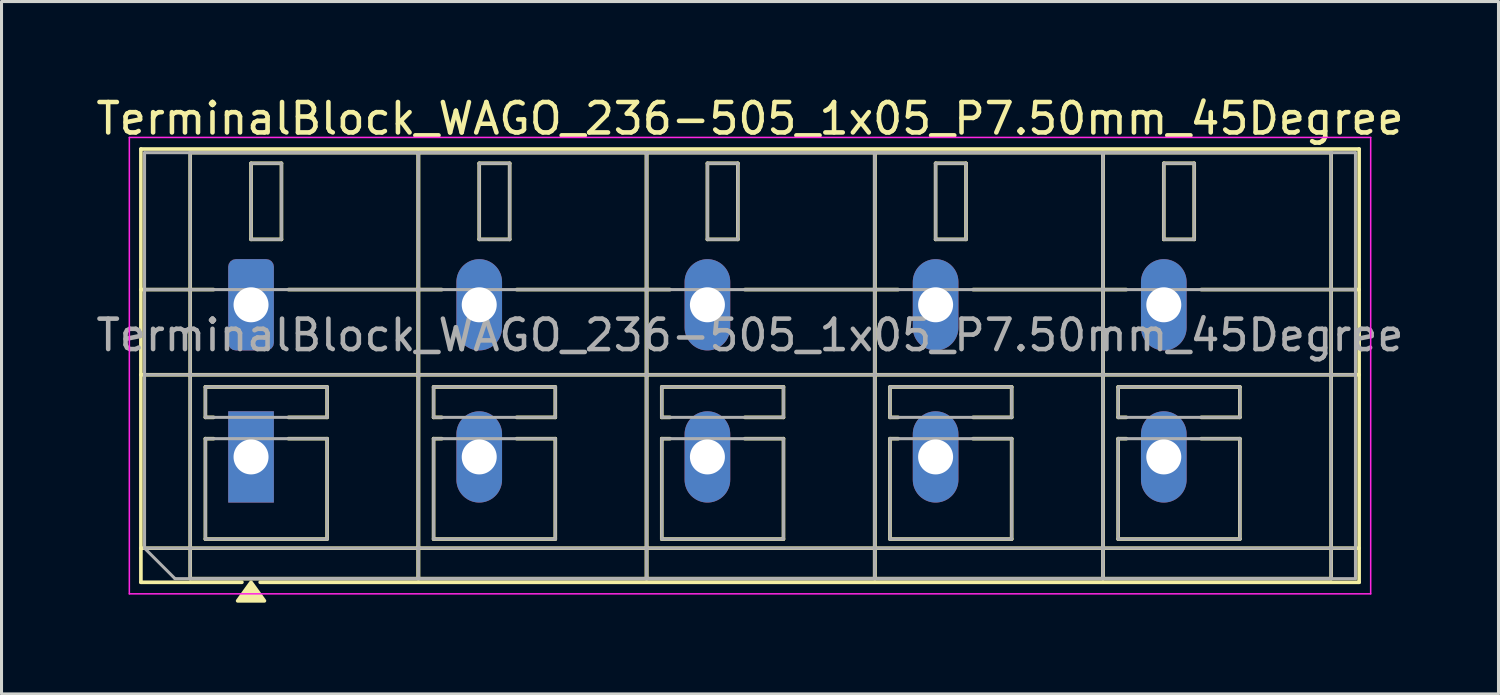
<source format=kicad_pcb>
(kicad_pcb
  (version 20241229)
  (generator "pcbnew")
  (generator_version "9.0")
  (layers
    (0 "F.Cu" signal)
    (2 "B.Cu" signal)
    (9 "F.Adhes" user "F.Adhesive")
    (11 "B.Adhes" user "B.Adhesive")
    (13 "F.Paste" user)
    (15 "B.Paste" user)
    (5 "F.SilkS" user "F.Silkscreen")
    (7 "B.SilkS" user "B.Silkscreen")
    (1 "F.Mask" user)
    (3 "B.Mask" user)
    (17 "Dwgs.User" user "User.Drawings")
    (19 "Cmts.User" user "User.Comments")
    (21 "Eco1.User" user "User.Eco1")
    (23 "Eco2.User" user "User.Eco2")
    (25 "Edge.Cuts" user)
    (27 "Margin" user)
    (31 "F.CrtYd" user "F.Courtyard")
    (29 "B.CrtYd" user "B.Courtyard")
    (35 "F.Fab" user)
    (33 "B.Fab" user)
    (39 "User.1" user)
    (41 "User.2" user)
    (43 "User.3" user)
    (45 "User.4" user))
  (footprint "TerminalBlock_WAGO_236-505_1x05_P7.50mm_45Degree"
    (layer "F.Cu")
    (at 5.201 6.968)
    (property "Reference" "TerminalBlock_WAGO_236-505_1x05_P7.50mm_45Degree" (at 16.4 -6.12 0) (layer "F.SilkS") (effects (font (size 1 1) (thickness 0.15))))
    (attr through_hole)
    (fp_line (start -3.62 -5.12) (end 36.42 -5.12) (stroke (width 0.12) (type solid)) (layer "F.SilkS"))
    (fp_line (start -3.62 -0.5) (end -1.23 -0.5) (stroke (width 0.12) (type solid)) (layer "F.SilkS"))
    (fp_line (start -3.62 2.3) (end 36.42 2.3) (stroke (width 0.12) (type solid)) (layer "F.SilkS"))
    (fp_line (start -3.62 8) (end 36.42 8) (stroke (width 0.12) (type solid)) (layer "F.SilkS"))
    (fp_line (start -3.62 9.12) (end -3.62 -5.12) (stroke (width 0.12) (type solid)) (layer "F.SilkS"))
    (fp_line (start -2 -5) (end 5.5 -5) (stroke (width 0.12) (type solid)) (layer "F.SilkS"))
    (fp_line (start -2 9) (end -2 -5) (stroke (width 0.12) (type solid)) (layer "F.SilkS"))
    (fp_line (start -1.5 2.7) (end 2.5 2.7) (stroke (width 0.12) (type solid)) (layer "F.SilkS"))
    (fp_line (start -1.5 3.7) (end -1.5 2.7) (stroke (width 0.12) (type solid)) (layer "F.SilkS"))
    (fp_line (start -1.5 4.4) (end -1.23 4.4) (stroke (width 0.12) (type solid)) (layer "F.SilkS"))
    (fp_line (start -1.5 7.7) (end -1.5 4.4) (stroke (width 0.12) (type solid)) (layer "F.SilkS"))
    (fp_line (start -1.23 3.7) (end -1.5 3.7) (stroke (width 0.12) (type solid)) (layer "F.SilkS"))
    (fp_line (start -0.3 9.12) (end -3.62 9.12) (stroke (width 0.12) (type solid)) (layer "F.SilkS"))
    (fp_line (start 0 -4.65) (end 1 -4.65) (stroke (width 0.12) (type solid)) (layer "F.SilkS"))
    (fp_line (start 0 -2.15) (end 0 -4.65) (stroke (width 0.12) (type solid)) (layer "F.SilkS"))
    (fp_line (start 1 -4.65) (end 1 -2.15) (stroke (width 0.12) (type solid)) (layer "F.SilkS"))
    (fp_line (start 1 -2.15) (end 0 -2.15) (stroke (width 0.12) (type solid)) (layer "F.SilkS"))
    (fp_line (start 1.23 -0.5) (end 6.27 -0.5) (stroke (width 0.12) (type solid)) (layer "F.SilkS"))
    (fp_line (start 1.23 4.4) (end 2.5 4.4) (stroke (width 0.12) (type solid)) (layer "F.SilkS"))
    (fp_line (start 2.5 2.7) (end 2.5 3.7) (stroke (width 0.12) (type solid)) (layer "F.SilkS"))
    (fp_line (start 2.5 3.7) (end 1.23 3.7) (stroke (width 0.12) (type solid)) (layer "F.SilkS"))
    (fp_line (start 2.5 4.4) (end 2.5 7.7) (stroke (width 0.12) (type solid)) (layer "F.SilkS"))
    (fp_line (start 2.5 7.7) (end -1.5 7.7) (stroke (width 0.12) (type solid)) (layer "F.SilkS"))
    (fp_line (start 5.5 -5) (end 5.5 9) (stroke (width 0.12) (type solid)) (layer "F.SilkS"))
    (fp_line (start 5.5 -5) (end 13 -5) (stroke (width 0.12) (type solid)) (layer "F.SilkS"))
    (fp_line (start 5.5 9) (end -2 9) (stroke (width 0.12) (type solid)) (layer "F.SilkS"))
    (fp_line (start 5.5 9) (end 5.5 -5) (stroke (width 0.12) (type solid)) (layer "F.SilkS"))
    (fp_line (start 6 2.7) (end 10 2.7) (stroke (width 0.12) (type solid)) (layer "F.SilkS"))
    (fp_line (start 6 3.7) (end 6 2.7) (stroke (width 0.12) (type solid)) (layer "F.SilkS"))
    (fp_line (start 6 4.4) (end 6.27 4.4) (stroke (width 0.12) (type solid)) (layer "F.SilkS"))
    (fp_line (start 6 7.7) (end 6 4.4) (stroke (width 0.12) (type solid)) (layer "F.SilkS"))
    (fp_line (start 6.27 3.7) (end 6 3.7) (stroke (width 0.12) (type solid)) (layer "F.SilkS"))
    (fp_line (start 7.5 -4.65) (end 8.5 -4.65) (stroke (width 0.12) (type solid)) (layer "F.SilkS"))
    (fp_line (start 7.5 -2.15) (end 7.5 -4.65) (stroke (width 0.12) (type solid)) (layer "F.SilkS"))
    (fp_line (start 8.5 -4.65) (end 8.5 -2.15) (stroke (width 0.12) (type solid)) (layer "F.SilkS"))
    (fp_line (start 8.5 -2.15) (end 7.5 -2.15) (stroke (width 0.12) (type solid)) (layer "F.SilkS"))
    (fp_line (start 8.73 -0.5) (end 13.77 -0.5) (stroke (width 0.12) (type solid)) (layer "F.SilkS"))
    (fp_line (start 8.73 4.4) (end 10 4.4) (stroke (width 0.12) (type solid)) (layer "F.SilkS"))
    (fp_line (start 10 2.7) (end 10 3.7) (stroke (width 0.12) (type solid)) (layer "F.SilkS"))
    (fp_line (start 10 3.7) (end 8.73 3.7) (stroke (width 0.12) (type solid)) (layer "F.SilkS"))
    (fp_line (start 10 4.4) (end 10 7.7) (stroke (width 0.12) (type solid)) (layer "F.SilkS"))
    (fp_line (start 10 7.7) (end 6 7.7) (stroke (width 0.12) (type solid)) (layer "F.SilkS"))
    (fp_line (start 13 -5) (end 13 9) (stroke (width 0.12) (type solid)) (layer "F.SilkS"))
    (fp_line (start 13 -5) (end 20.5 -5) (stroke (width 0.12) (type solid)) (layer "F.SilkS"))
    (fp_line (start 13 9) (end 5.5 9) (stroke (width 0.12) (type solid)) (layer "F.SilkS"))
    (fp_line (start 13 9) (end 13 -5) (stroke (width 0.12) (type solid)) (layer "F.SilkS"))
    (fp_line (start 13.5 2.7) (end 17.5 2.7) (stroke (width 0.12) (type solid)) (layer "F.SilkS"))
    (fp_line (start 13.5 3.7) (end 13.5 2.7) (stroke (width 0.12) (type solid)) (layer "F.SilkS"))
    (fp_line (start 13.5 4.4) (end 13.77 4.4) (stroke (width 0.12) (type solid)) (layer "F.SilkS"))
    (fp_line (start 13.5 7.7) (end 13.5 4.4) (stroke (width 0.12) (type solid)) (layer "F.SilkS"))
    (fp_line (start 13.77 3.7) (end 13.5 3.7) (stroke (width 0.12) (type solid)) (layer "F.SilkS"))
    (fp_line (start 15 -4.65) (end 16 -4.65) (stroke (width 0.12) (type solid)) (layer "F.SilkS"))
    (fp_line (start 15 -2.15) (end 15 -4.65) (stroke (width 0.12) (type solid)) (layer "F.SilkS"))
    (fp_line (start 16 -4.65) (end 16 -2.15) (stroke (width 0.12) (type solid)) (layer "F.SilkS"))
    (fp_line (start 16 -2.15) (end 15 -2.15) (stroke (width 0.12) (type solid)) (layer "F.SilkS"))
    (fp_line (start 16.23 -0.5) (end 21.27 -0.5) (stroke (width 0.12) (type solid)) (layer "F.SilkS"))
    (fp_line (start 16.23 4.4) (end 17.5 4.4) (stroke (width 0.12) (type solid)) (layer "F.SilkS"))
    (fp_line (start 17.5 2.7) (end 17.5 3.7) (stroke (width 0.12) (type solid)) (layer "F.SilkS"))
    (fp_line (start 17.5 3.7) (end 16.23 3.7) (stroke (width 0.12) (type solid)) (layer "F.SilkS"))
    (fp_line (start 17.5 4.4) (end 17.5 7.7) (stroke (width 0.12) (type solid)) (layer "F.SilkS"))
    (fp_line (start 17.5 7.7) (end 13.5 7.7) (stroke (width 0.12) (type solid)) (layer "F.SilkS"))
    (fp_line (start 20.5 -5) (end 20.5 9) (stroke (width 0.12) (type solid)) (layer "F.SilkS"))
    (fp_line (start 20.5 -5) (end 28 -5) (stroke (width 0.12) (type solid)) (layer "F.SilkS"))
    (fp_line (start 20.5 9) (end 13 9) (stroke (width 0.12) (type solid)) (layer "F.SilkS"))
    (fp_line (start 20.5 9) (end 20.5 -5) (stroke (width 0.12) (type solid)) (layer "F.SilkS"))
    (fp_line (start 21 2.7) (end 25 2.7) (stroke (width 0.12) (type solid)) (layer "F.SilkS"))
    (fp_line (start 21 3.7) (end 21 2.7) (stroke (width 0.12) (type solid)) (layer "F.SilkS"))
    (fp_line (start 21 4.4) (end 21.27 4.4) (stroke (width 0.12) (type solid)) (layer "F.SilkS"))
    (fp_line (start 21 7.7) (end 21 4.4) (stroke (width 0.12) (type solid)) (layer "F.SilkS"))
    (fp_line (start 21.27 3.7) (end 21 3.7) (stroke (width 0.12) (type solid)) (layer "F.SilkS"))
    (fp_line (start 22.5 -4.65) (end 23.5 -4.65) (stroke (width 0.12) (type solid)) (layer "F.SilkS"))
    (fp_line (start 22.5 -2.15) (end 22.5 -4.65) (stroke (width 0.12) (type solid)) (layer "F.SilkS"))
    (fp_line (start 23.5 -4.65) (end 23.5 -2.15) (stroke (width 0.12) (type solid)) (layer "F.SilkS"))
    (fp_line (start 23.5 -2.15) (end 22.5 -2.15) (stroke (width 0.12) (type solid)) (layer "F.SilkS"))
    (fp_line (start 23.73 -0.5) (end 28.77 -0.5) (stroke (width 0.12) (type solid)) (layer "F.SilkS"))
    (fp_line (start 23.73 4.4) (end 25 4.4) (stroke (width 0.12) (type solid)) (layer "F.SilkS"))
    (fp_line (start 25 2.7) (end 25 3.7) (stroke (width 0.12) (type solid)) (layer "F.SilkS"))
    (fp_line (start 25 3.7) (end 23.73 3.7) (stroke (width 0.12) (type solid)) (layer "F.SilkS"))
    (fp_line (start 25 4.4) (end 25 7.7) (stroke (width 0.12) (type solid)) (layer "F.SilkS"))
    (fp_line (start 25 7.7) (end 21 7.7) (stroke (width 0.12) (type solid)) (layer "F.SilkS"))
    (fp_line (start 28 -5) (end 28 9) (stroke (width 0.12) (type solid)) (layer "F.SilkS"))
    (fp_line (start 28 -5) (end 35.5 -5) (stroke (width 0.12) (type solid)) (layer "F.SilkS"))
    (fp_line (start 28 9) (end 20.5 9) (stroke (width 0.12) (type solid)) (layer "F.SilkS"))
    (fp_line (start 28 9) (end 28 -5) (stroke (width 0.12) (type solid)) (layer "F.SilkS"))
    (fp_line (start 28.5 2.7) (end 32.5 2.7) (stroke (width 0.12) (type solid)) (layer "F.SilkS"))
    (fp_line (start 28.5 3.7) (end 28.5 2.7) (stroke (width 0.12) (type solid)) (layer "F.SilkS"))
    (fp_line (start 28.5 4.4) (end 28.77 4.4) (stroke (width 0.12) (type solid)) (layer "F.SilkS"))
    (fp_line (start 28.5 7.7) (end 28.5 4.4) (stroke (width 0.12) (type solid)) (layer "F.SilkS"))
    (fp_line (start 28.77 3.7) (end 28.5 3.7) (stroke (width 0.12) (type solid)) (layer "F.SilkS"))
    (fp_line (start 30 -4.65) (end 31 -4.65) (stroke (width 0.12) (type solid)) (layer "F.SilkS"))
    (fp_line (start 30 -2.15) (end 30 -4.65) (stroke (width 0.12) (type solid)) (layer "F.SilkS"))
    (fp_line (start 31 -4.65) (end 31 -2.15) (stroke (width 0.12) (type solid)) (layer "F.SilkS"))
    (fp_line (start 31 -2.15) (end 30 -2.15) (stroke (width 0.12) (type solid)) (layer "F.SilkS"))
    (fp_line (start 31.23 -0.5) (end 36.42 -0.5) (stroke (width 0.12) (type solid)) (layer "F.SilkS"))
    (fp_line (start 31.23 4.4) (end 32.5 4.4) (stroke (width 0.12) (type solid)) (layer "F.SilkS"))
    (fp_line (start 32.5 2.7) (end 32.5 3.7) (stroke (width 0.12) (type solid)) (layer "F.SilkS"))
    (fp_line (start 32.5 3.7) (end 31.23 3.7) (stroke (width 0.12) (type solid)) (layer "F.SilkS"))
    (fp_line (start 32.5 4.4) (end 32.5 7.7) (stroke (width 0.12) (type solid)) (layer "F.SilkS"))
    (fp_line (start 32.5 7.7) (end 28.5 7.7) (stroke (width 0.12) (type solid)) (layer "F.SilkS"))
    (fp_line (start 35.5 -5) (end 35.5 9) (stroke (width 0.12) (type solid)) (layer "F.SilkS"))
    (fp_line (start 35.5 9) (end 28 9) (stroke (width 0.12) (type solid)) (layer "F.SilkS"))
    (fp_line (start 36.42 -5.12) (end 36.42 9.12) (stroke (width 0.12) (type solid)) (layer "F.SilkS"))
    (fp_line (start 36.42 9.12) (end 0.3 9.12) (stroke (width 0.12) (type solid)) (layer "F.SilkS"))
    (fp_poly (pts (xy 0 9.12) (xy 0.44 9.73) (xy -0.44 9.73)) (stroke (width 0.12) (type solid)) (fill yes) (layer "F.SilkS"))
    (fp_line (start -4 -5.5) (end -4 9.5) (stroke (width 0.05) (type solid)) (layer "F.CrtYd"))
    (fp_line (start -4 9.5) (end 36.8 9.5) (stroke (width 0.05) (type solid)) (layer "F.CrtYd"))
    (fp_line (start 36.8 -5.5) (end -4 -5.5) (stroke (width 0.05) (type solid)) (layer "F.CrtYd"))
    (fp_line (start 36.8 9.5) (end 36.8 -5.5) (stroke (width 0.05) (type solid)) (layer "F.CrtYd"))
    (fp_line (start -3.5 -5) (end 36.3 -5) (stroke (width 0.1) (type solid)) (layer "F.Fab"))
    (fp_line (start -3.5 -0.5) (end 36.3 -0.5) (stroke (width 0.1) (type solid)) (layer "F.Fab"))
    (fp_line (start -3.5 2.3) (end 36.3 2.3) (stroke (width 0.1) (type solid)) (layer "F.Fab"))
    (fp_line (start -3.5 8) (end -3.5 -5) (stroke (width 0.1) (type solid)) (layer "F.Fab"))
    (fp_line (start -3.5 8) (end 36.3 8) (stroke (width 0.1) (type solid)) (layer "F.Fab"))
    (fp_line (start -2.5 9) (end -3.5 8) (stroke (width 0.1) (type solid)) (layer "F.Fab"))
    (fp_line (start -2 -5) (end -2 9) (stroke (width 0.1) (type solid)) (layer "F.Fab"))
    (fp_line (start -2 9) (end 5.5 9) (stroke (width 0.1) (type solid)) (layer "F.Fab"))
    (fp_line (start -1.5 2.7) (end -1.5 3.7) (stroke (width 0.1) (type solid)) (layer "F.Fab"))
    (fp_line (start -1.5 3.7) (end 2.5 3.7) (stroke (width 0.1) (type solid)) (layer "F.Fab"))
    (fp_line (start -1.5 4.4) (end -1.5 7.7) (stroke (width 0.1) (type solid)) (layer "F.Fab"))
    (fp_line (start -1.5 7.7) (end 2.5 7.7) (stroke (width 0.1) (type solid)) (layer "F.Fab"))
    (fp_line (start 0 -4.65) (end 0 -2.15) (stroke (width 0.1) (type solid)) (layer "F.Fab"))
    (fp_line (start 0 -2.15) (end 1 -2.15) (stroke (width 0.1) (type solid)) (layer "F.Fab"))
    (fp_line (start 1 -4.65) (end 0 -4.65) (stroke (width 0.1) (type solid)) (layer "F.Fab"))
    (fp_line (start 1 -2.15) (end 1 -4.65) (stroke (width 0.1) (type solid)) (layer "F.Fab"))
    (fp_line (start 2.5 2.7) (end -1.5 2.7) (stroke (width 0.1) (type solid)) (layer "F.Fab"))
    (fp_line (start 2.5 3.7) (end 2.5 2.7) (stroke (width 0.1) (type solid)) (layer "F.Fab"))
    (fp_line (start 2.5 4.4) (end -1.5 4.4) (stroke (width 0.1) (type solid)) (layer "F.Fab"))
    (fp_line (start 2.5 7.7) (end 2.5 4.4) (stroke (width 0.1) (type solid)) (layer "F.Fab"))
    (fp_line (start 5.5 -5) (end -2 -5) (stroke (width 0.1) (type solid)) (layer "F.Fab"))
    (fp_line (start 5.5 -5) (end 5.5 9) (stroke (width 0.1) (type solid)) (layer "F.Fab"))
    (fp_line (start 5.5 9) (end 5.5 -5) (stroke (width 0.1) (type solid)) (layer "F.Fab"))
    (fp_line (start 5.5 9) (end 13 9) (stroke (width 0.1) (type solid)) (layer "F.Fab"))
    (fp_line (start 6 2.7) (end 6 3.7) (stroke (width 0.1) (type solid)) (layer "F.Fab"))
    (fp_line (start 6 3.7) (end 10 3.7) (stroke (width 0.1) (type solid)) (layer "F.Fab"))
    (fp_line (start 6 4.4) (end 6 7.7) (stroke (width 0.1) (type solid)) (layer "F.Fab"))
    (fp_line (start 6 7.7) (end 10 7.7) (stroke (width 0.1) (type solid)) (layer "F.Fab"))
    (fp_line (start 7.5 -4.65) (end 7.5 -2.15) (stroke (width 0.1) (type solid)) (layer "F.Fab"))
    (fp_line (start 7.5 -2.15) (end 8.5 -2.15) (stroke (width 0.1) (type solid)) (layer "F.Fab"))
    (fp_line (start 8.5 -4.65) (end 7.5 -4.65) (stroke (width 0.1) (type solid)) (layer "F.Fab"))
    (fp_line (start 8.5 -2.15) (end 8.5 -4.65) (stroke (width 0.1) (type solid)) (layer "F.Fab"))
    (fp_line (start 10 2.7) (end 6 2.7) (stroke (width 0.1) (type solid)) (layer "F.Fab"))
    (fp_line (start 10 3.7) (end 10 2.7) (stroke (width 0.1) (type solid)) (layer "F.Fab"))
    (fp_line (start 10 4.4) (end 6 4.4) (stroke (width 0.1) (type solid)) (layer "F.Fab"))
    (fp_line (start 10 7.7) (end 10 4.4) (stroke (width 0.1) (type solid)) (layer "F.Fab"))
    (fp_line (start 13 -5) (end 5.5 -5) (stroke (width 0.1) (type solid)) (layer "F.Fab"))
    (fp_line (start 13 -5) (end 13 9) (stroke (width 0.1) (type solid)) (layer "F.Fab"))
    (fp_line (start 13 9) (end 13 -5) (stroke (width 0.1) (type solid)) (layer "F.Fab"))
    (fp_line (start 13 9) (end 20.5 9) (stroke (width 0.1) (type solid)) (layer "F.Fab"))
    (fp_line (start 13.5 2.7) (end 13.5 3.7) (stroke (width 0.1) (type solid)) (layer "F.Fab"))
    (fp_line (start 13.5 3.7) (end 17.5 3.7) (stroke (width 0.1) (type solid)) (layer "F.Fab"))
    (fp_line (start 13.5 4.4) (end 13.5 7.7) (stroke (width 0.1) (type solid)) (layer "F.Fab"))
    (fp_line (start 13.5 7.7) (end 17.5 7.7) (stroke (width 0.1) (type solid)) (layer "F.Fab"))
    (fp_line (start 15 -4.65) (end 15 -2.15) (stroke (width 0.1) (type solid)) (layer "F.Fab"))
    (fp_line (start 15 -2.15) (end 16 -2.15) (stroke (width 0.1) (type solid)) (layer "F.Fab"))
    (fp_line (start 16 -4.65) (end 15 -4.65) (stroke (width 0.1) (type solid)) (layer "F.Fab"))
    (fp_line (start 16 -2.15) (end 16 -4.65) (stroke (width 0.1) (type solid)) (layer "F.Fab"))
    (fp_line (start 17.5 2.7) (end 13.5 2.7) (stroke (width 0.1) (type solid)) (layer "F.Fab"))
    (fp_line (start 17.5 3.7) (end 17.5 2.7) (stroke (width 0.1) (type solid)) (layer "F.Fab"))
    (fp_line (start 17.5 4.4) (end 13.5 4.4) (stroke (width 0.1) (type solid)) (layer "F.Fab"))
    (fp_line (start 17.5 7.7) (end 17.5 4.4) (stroke (width 0.1) (type solid)) (layer "F.Fab"))
    (fp_line (start 20.5 -5) (end 13 -5) (stroke (width 0.1) (type solid)) (layer "F.Fab"))
    (fp_line (start 20.5 -5) (end 20.5 9) (stroke (width 0.1) (type solid)) (layer "F.Fab"))
    (fp_line (start 20.5 9) (end 20.5 -5) (stroke (width 0.1) (type solid)) (layer "F.Fab"))
    (fp_line (start 20.5 9) (end 28 9) (stroke (width 0.1) (type solid)) (layer "F.Fab"))
    (fp_line (start 21 2.7) (end 21 3.7) (stroke (width 0.1) (type solid)) (layer "F.Fab"))
    (fp_line (start 21 3.7) (end 25 3.7) (stroke (width 0.1) (type solid)) (layer "F.Fab"))
    (fp_line (start 21 4.4) (end 21 7.7) (stroke (width 0.1) (type solid)) (layer "F.Fab"))
    (fp_line (start 21 7.7) (end 25 7.7) (stroke (width 0.1) (type solid)) (layer "F.Fab"))
    (fp_line (start 22.5 -4.65) (end 22.5 -2.15) (stroke (width 0.1) (type solid)) (layer "F.Fab"))
    (fp_line (start 22.5 -2.15) (end 23.5 -2.15) (stroke (width 0.1) (type solid)) (layer "F.Fab"))
    (fp_line (start 23.5 -4.65) (end 22.5 -4.65) (stroke (width 0.1) (type solid)) (layer "F.Fab"))
    (fp_line (start 23.5 -2.15) (end 23.5 -4.65) (stroke (width 0.1) (type solid)) (layer "F.Fab"))
    (fp_line (start 25 2.7) (end 21 2.7) (stroke (width 0.1) (type solid)) (layer "F.Fab"))
    (fp_line (start 25 3.7) (end 25 2.7) (stroke (width 0.1) (type solid)) (layer "F.Fab"))
    (fp_line (start 25 4.4) (end 21 4.4) (stroke (width 0.1) (type solid)) (layer "F.Fab"))
    (fp_line (start 25 7.7) (end 25 4.4) (stroke (width 0.1) (type solid)) (layer "F.Fab"))
    (fp_line (start 28 -5) (end 20.5 -5) (stroke (width 0.1) (type solid)) (layer "F.Fab"))
    (fp_line (start 28 -5) (end 28 9) (stroke (width 0.1) (type solid)) (layer "F.Fab"))
    (fp_line (start 28 9) (end 28 -5) (stroke (width 0.1) (type solid)) (layer "F.Fab"))
    (fp_line (start 28 9) (end 35.5 9) (stroke (width 0.1) (type solid)) (layer "F.Fab"))
    (fp_line (start 28.5 2.7) (end 28.5 3.7) (stroke (width 0.1) (type solid)) (layer "F.Fab"))
    (fp_line (start 28.5 3.7) (end 32.5 3.7) (stroke (width 0.1) (type solid)) (layer "F.Fab"))
    (fp_line (start 28.5 4.4) (end 28.5 7.7) (stroke (width 0.1) (type solid)) (layer "F.Fab"))
    (fp_line (start 28.5 7.7) (end 32.5 7.7) (stroke (width 0.1) (type solid)) (layer "F.Fab"))
    (fp_line (start 30 -4.65) (end 30 -2.15) (stroke (width 0.1) (type solid)) (layer "F.Fab"))
    (fp_line (start 30 -2.15) (end 31 -2.15) (stroke (width 0.1) (type solid)) (layer "F.Fab"))
    (fp_line (start 31 -4.65) (end 30 -4.65) (stroke (width 0.1) (type solid)) (layer "F.Fab"))
    (fp_line (start 31 -2.15) (end 31 -4.65) (stroke (width 0.1) (type solid)) (layer "F.Fab"))
    (fp_line (start 32.5 2.7) (end 28.5 2.7) (stroke (width 0.1) (type solid)) (layer "F.Fab"))
    (fp_line (start 32.5 3.7) (end 32.5 2.7) (stroke (width 0.1) (type solid)) (layer "F.Fab"))
    (fp_line (start 32.5 4.4) (end 28.5 4.4) (stroke (width 0.1) (type solid)) (layer "F.Fab"))
    (fp_line (start 32.5 7.7) (end 32.5 4.4) (stroke (width 0.1) (type solid)) (layer "F.Fab"))
    (fp_line (start 35.5 -5) (end 28 -5) (stroke (width 0.1) (type solid)) (layer "F.Fab"))
    (fp_line (start 35.5 9) (end 35.5 -5) (stroke (width 0.1) (type solid)) (layer "F.Fab"))
    (fp_line (start 36.3 -5) (end 36.3 9) (stroke (width 0.1) (type solid)) (layer "F.Fab"))
    (fp_line (start 36.3 9) (end -2.5 9) (stroke (width 0.1) (type solid)) (layer "F.Fab"))
    (fp_text user "${REFERENCE}" (at 16.4 1 0) (layer "F.Fab") (effects (font (size 1 1) (thickness 0.15))))
    (pad "1" thru_hole roundrect (at 0 0) (size 1.5 3) (drill 1.15) (layers "*.Cu" "*.Mask") (roundrect_rratio 0.167))
    (pad "1" thru_hole rect (at 0 5) (size 1.5 3) (drill 1.15) (layers "*.Cu" "*.Mask"))
    (pad "2" thru_hole oval (at 7.5 0) (size 1.5 3) (drill 1.15) (layers "*.Cu" "*.Mask"))
    (pad "2" thru_hole oval (at 7.5 5) (size 1.5 3) (drill 1.15) (layers "*.Cu" "*.Mask"))
    (pad "3" thru_hole oval (at 15 0) (size 1.5 3) (drill 1.15) (layers "*.Cu" "*.Mask"))
    (pad "3" thru_hole oval (at 15 5) (size 1.5 3) (drill 1.15) (layers "*.Cu" "*.Mask"))
    (pad "4" thru_hole oval (at 22.5 0) (size 1.5 3) (drill 1.15) (layers "*.Cu" "*.Mask"))
    (pad "4" thru_hole oval (at 22.5 5) (size 1.5 3) (drill 1.15) (layers "*.Cu" "*.Mask"))
    (pad "5" thru_hole oval (at 30 0) (size 1.5 3) (drill 1.15) (layers "*.Cu" "*.Mask"))
    (pad "5" thru_hole oval (at 30 5) (size 1.5 3) (drill 1.15) (layers "*.Cu" "*.Mask")))
  (gr_rect
    (start -3 -3)
    (end 46.202 19.758)
    (stroke (width 0.1) (type default))
    (fill no)
    (layer "Edge.Cuts")))
</source>
